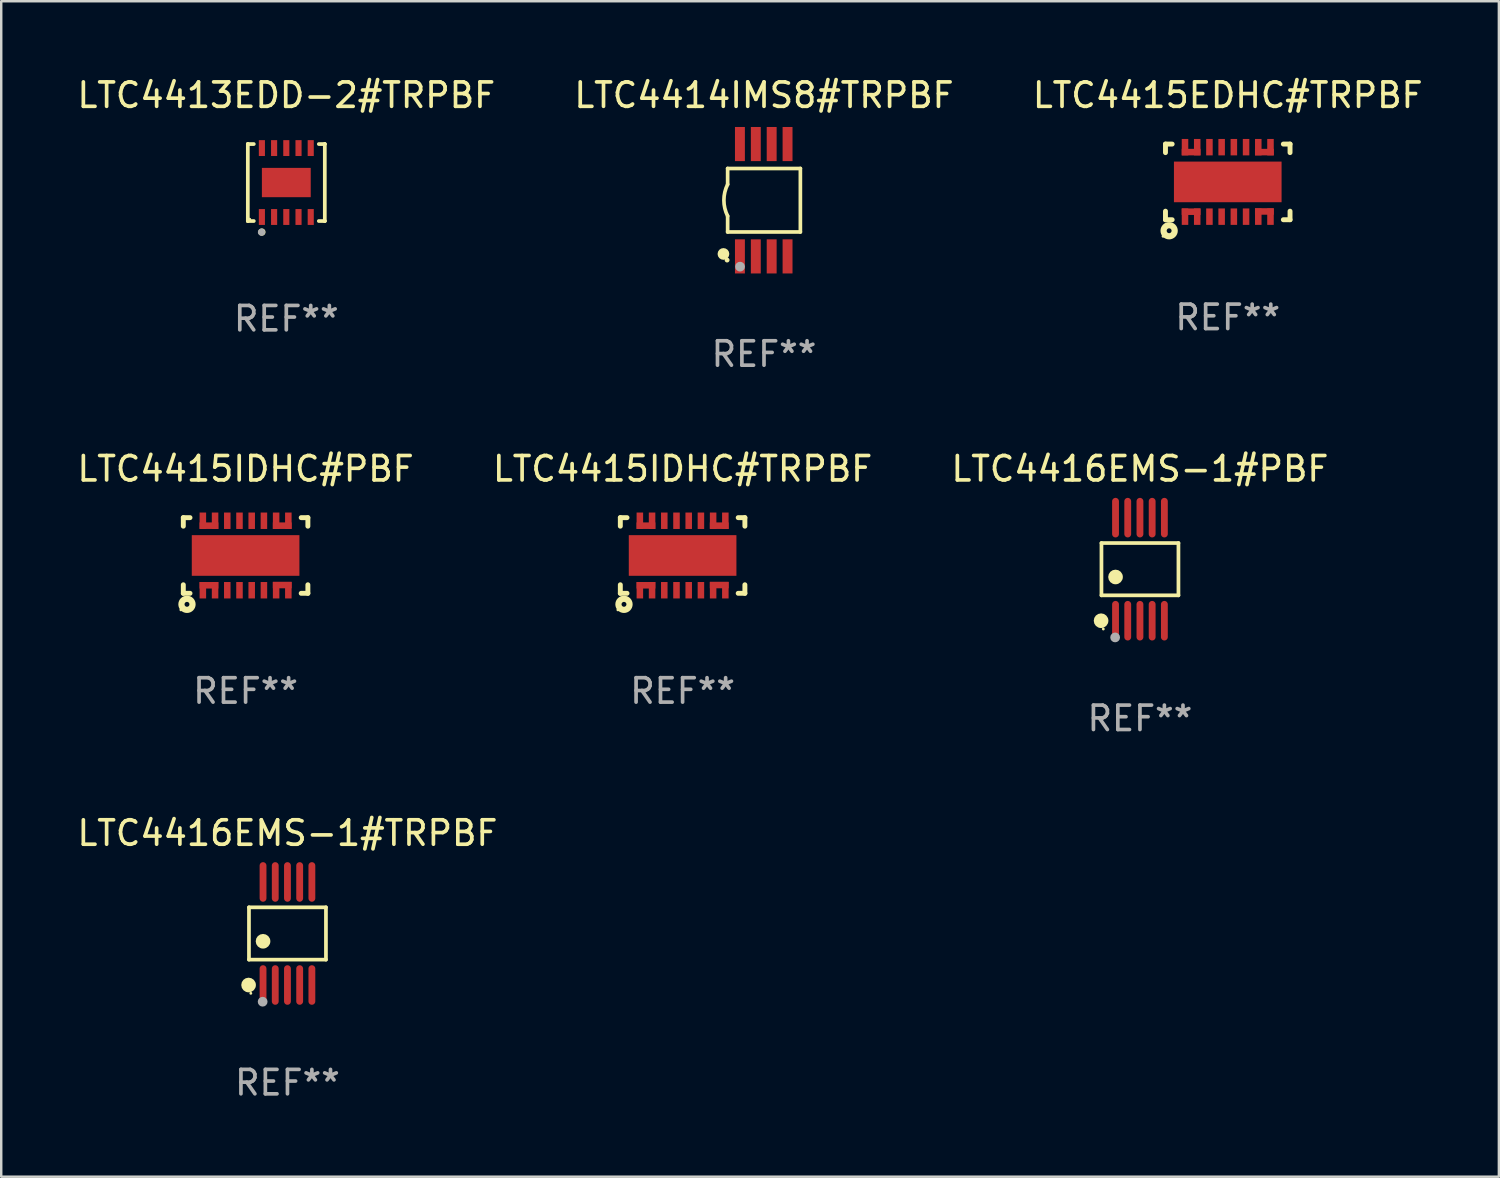
<source format=kicad_pcb>
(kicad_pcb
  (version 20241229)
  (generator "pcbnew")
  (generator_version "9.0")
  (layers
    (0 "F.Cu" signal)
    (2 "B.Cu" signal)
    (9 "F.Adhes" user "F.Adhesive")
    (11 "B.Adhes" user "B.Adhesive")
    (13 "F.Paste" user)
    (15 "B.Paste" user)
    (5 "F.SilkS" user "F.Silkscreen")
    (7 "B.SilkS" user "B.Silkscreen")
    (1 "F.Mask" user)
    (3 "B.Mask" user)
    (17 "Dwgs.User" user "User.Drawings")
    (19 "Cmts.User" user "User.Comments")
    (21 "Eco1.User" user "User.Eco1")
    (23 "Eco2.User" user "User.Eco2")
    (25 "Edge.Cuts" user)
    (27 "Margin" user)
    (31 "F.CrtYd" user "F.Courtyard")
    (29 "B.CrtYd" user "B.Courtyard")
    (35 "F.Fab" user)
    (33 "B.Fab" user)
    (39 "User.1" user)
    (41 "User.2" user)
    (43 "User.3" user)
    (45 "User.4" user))
  (footprint "LTC4415EDHC#TRPBF"
    (layer "F.Cu")
    (at 47.22 4.398)
    (property "Reference" "LTC4415EDHC#TRPBF" (at 0 -3.549 0) (layer "F.SilkS") (effects (font (size 1 1) (thickness 0.15))))
    (attr through_hole)
    (fp_line (start -2.55 -1.549) (end -2.55 -1.199) (stroke (width 0.201) (type solid)) (layer "F.SilkS"))
    (fp_line (start -2.55 1.549) (end -2.55 1.199) (stroke (width 0.201) (type solid)) (layer "F.SilkS"))
    (fp_line (start -2.276 -1.549) (end -2.55 -1.549) (stroke (width 0.201) (type solid)) (layer "F.SilkS"))
    (fp_line (start -2.276 1.549) (end -2.55 1.549) (stroke (width 0.201) (type solid)) (layer "F.SilkS"))
    (fp_line (start 2.276 1.549) (end 2.55 1.549) (stroke (width 0.201) (type solid)) (layer "F.SilkS"))
    (fp_line (start 2.55 -1.549) (end 2.276 -1.549) (stroke (width 0.201) (type solid)) (layer "F.SilkS"))
    (fp_line (start 2.55 -1.199) (end 2.55 -1.549) (stroke (width 0.201) (type solid)) (layer "F.SilkS"))
    (fp_line (start 2.55 1.549) (end 2.55 1.199) (stroke (width 0.201) (type solid)) (layer "F.SilkS"))
    (fp_circle (center -2.65 2.227) (end -2.62 2.227) (stroke (width 0.06) (type solid)) (fill no) (layer "F.SilkS"))
    (fp_circle (center -2.4 2) (end -2.3 2) (stroke (width 0.254) (type solid)) (fill no) (layer "F.SilkS"))
    (fp_text user "REF**" (at 0 5.549 0) (layer "F.Fab") (effects (font (size 1 1) (thickness 0.15))))
    (pad "1" smd rect (at -1.75 1.423 180) (size 0.267 0.673) (layers "F.Cu" "F.Mask" "F.Paste"))
    (pad "1" smd rect (at -1.5 1.22 270) (size 0.267 0.77) (layers "F.Cu" "F.Mask" "F.Paste"))
    (pad "2" smd rect (at -1.25 1.423 180) (size 0.267 0.673) (layers "F.Cu" "F.Mask" "F.Paste"))
    (pad "3" smd rect (at -0.75 1.423 180) (size 0.267 0.673) (layers "F.Cu" "F.Mask" "F.Paste"))
    (pad "4" smd rect (at -0.25 1.423 180) (size 0.267 0.673) (layers "F.Cu" "F.Mask" "F.Paste"))
    (pad "5" smd rect (at 0.25 1.423 180) (size 0.267 0.673) (layers "F.Cu" "F.Mask" "F.Paste"))
    (pad "6" smd rect (at 0.75 1.423 180) (size 0.267 0.673) (layers "F.Cu" "F.Mask" "F.Paste"))
    (pad "7" smd rect (at 1.25 1.423 180) (size 0.267 0.673) (layers "F.Cu" "F.Mask" "F.Paste"))
    (pad "8" smd rect (at 1.5 1.21 270) (size 0.267 0.77) (layers "F.Cu" "F.Mask" "F.Paste"))
    (pad "8" smd rect (at 1.75 1.423 180) (size 0.267 0.673) (layers "F.Cu" "F.Mask" "F.Paste"))
    (pad "9" smd rect (at 1.5 -1.22 270) (size 0.267 0.77) (layers "F.Cu" "F.Mask" "F.Paste"))
    (pad "9" smd rect (at 1.75 -1.422 180) (size 0.267 0.673) (layers "F.Cu" "F.Mask" "F.Paste"))
    (pad "10" smd rect (at 1.25 -1.422 180) (size 0.267 0.673) (layers "F.Cu" "F.Mask" "F.Paste"))
    (pad "11" smd rect (at 0.75 -1.422 180) (size 0.267 0.673) (layers "F.Cu" "F.Mask" "F.Paste"))
    (pad "12" smd rect (at 0.25 -1.422 180) (size 0.267 0.673) (layers "F.Cu" "F.Mask" "F.Paste"))
    (pad "13" smd rect (at -0.25 -1.422 180) (size 0.267 0.673) (layers "F.Cu" "F.Mask" "F.Paste"))
    (pad "14" smd rect (at -0.75 -1.422 180) (size 0.267 0.673) (layers "F.Cu" "F.Mask" "F.Paste"))
    (pad "15" smd rect (at -1.25 -1.422 180) (size 0.267 0.673) (layers "F.Cu" "F.Mask" "F.Paste"))
    (pad "16" smd rect (at -1.75 -1.422 180) (size 0.267 0.673) (layers "F.Cu" "F.Mask" "F.Paste"))
    (pad "16" smd rect (at -1.5 -1.22 270) (size 0.267 0.77) (layers "F.Cu" "F.Mask" "F.Paste"))
    (pad "17" smd rect (at 0.000127 0.000127 180) (size 4.407 1.664) (layers "F.Cu" "F.Mask" "F.Paste")))
  (footprint "LTC4416EMS-1#TRPBF"
    (layer "F.Cu")
    (at 8.72 35.171)
    (property "Reference" "LTC4416EMS-1#TRPBF" (at 0 -4.11 0) (layer "F.SilkS") (effects (font (size 1 1) (thickness 0.15))))
    (attr through_hole)
    (fp_line (start -1.576 -1.071) (end 1.576 -1.071) (stroke (width 0.152) (type solid)) (layer "F.SilkS"))
    (fp_line (start -1.576 1.071) (end -1.576 -1.071) (stroke (width 0.152) (type solid)) (layer "F.SilkS"))
    (fp_line (start 1.576 -1.071) (end 1.576 1.071) (stroke (width 0.152) (type solid)) (layer "F.SilkS"))
    (fp_line (start 1.576 1.071) (end -1.576 1.071) (stroke (width 0.152) (type solid)) (layer "F.SilkS"))
    (fp_circle (center -1.592 2.11) (end -1.442 2.11) (stroke (width 0.3) (type solid)) (fill no) (layer "F.SilkS"))
    (fp_circle (center -1.5 2.45) (end -1.47 2.45) (stroke (width 0.06) (type solid)) (fill no) (layer "F.SilkS"))
    (fp_circle (center -1 0.319) (end -0.85 0.319) (stroke (width 0.3) (type solid)) (fill no) (layer "F.SilkS"))
    (fp_circle (center -1.016 2.794) (end -0.916 2.794) (stroke (width 0.2) (type solid)) (fill no) (layer "F.Fab"))
    (fp_text user "REF**" (at 0 6.11 0) (layer "F.Fab") (effects (font (size 1 1) (thickness 0.15))))
    (pad "1" smd oval (at -1 2.11) (size 0.28 1.62) (layers "F.Cu" "F.Mask" "F.Paste"))
    (pad "2" smd oval (at -0.5 2.11) (size 0.28 1.62) (layers "F.Cu" "F.Mask" "F.Paste"))
    (pad "3" smd oval (at 0 2.11) (size 0.28 1.62) (layers "F.Cu" "F.Mask" "F.Paste"))
    (pad "4" smd oval (at 0.5 2.11) (size 0.28 1.62) (layers "F.Cu" "F.Mask" "F.Paste"))
    (pad "5" smd oval (at 1 2.11) (size 0.28 1.62) (layers "F.Cu" "F.Mask" "F.Paste"))
    (pad "6" smd oval (at 1 -2.11) (size 0.28 1.62) (layers "F.Cu" "F.Mask" "F.Paste"))
    (pad "7" smd oval (at 0.5 -2.11) (size 0.28 1.62) (layers "F.Cu" "F.Mask" "F.Paste"))
    (pad "8" smd oval (at 0 -2.11) (size 0.28 1.62) (layers "F.Cu" "F.Mask" "F.Paste"))
    (pad "9" smd oval (at -0.5 -2.11) (size 0.28 1.62) (layers "F.Cu" "F.Mask" "F.Paste"))
    (pad "10" smd oval (at -1 -2.11) (size 0.28 1.62) (layers "F.Cu" "F.Mask" "F.Paste")))
  (footprint "LTC4415IDHC#TRPBF"
    (layer "F.Cu")
    (at 24.899 19.694)
    (property "Reference" "LTC4415IDHC#TRPBF" (at 0 -3.549 0) (layer "F.SilkS") (effects (font (size 1 1) (thickness 0.15))))
    (attr through_hole)
    (fp_line (start -2.55 -1.549) (end -2.55 -1.199) (stroke (width 0.201) (type solid)) (layer "F.SilkS"))
    (fp_line (start -2.55 1.549) (end -2.55 1.199) (stroke (width 0.201) (type solid)) (layer "F.SilkS"))
    (fp_line (start -2.276 -1.549) (end -2.55 -1.549) (stroke (width 0.201) (type solid)) (layer "F.SilkS"))
    (fp_line (start -2.276 1.549) (end -2.55 1.549) (stroke (width 0.201) (type solid)) (layer "F.SilkS"))
    (fp_line (start 2.276 1.549) (end 2.55 1.549) (stroke (width 0.201) (type solid)) (layer "F.SilkS"))
    (fp_line (start 2.55 -1.549) (end 2.276 -1.549) (stroke (width 0.201) (type solid)) (layer "F.SilkS"))
    (fp_line (start 2.55 -1.199) (end 2.55 -1.549) (stroke (width 0.201) (type solid)) (layer "F.SilkS"))
    (fp_line (start 2.55 1.549) (end 2.55 1.199) (stroke (width 0.201) (type solid)) (layer "F.SilkS"))
    (fp_circle (center -2.65 2.227) (end -2.62 2.227) (stroke (width 0.06) (type solid)) (fill no) (layer "F.SilkS"))
    (fp_circle (center -2.4 2) (end -2.3 2) (stroke (width 0.254) (type solid)) (fill no) (layer "F.SilkS"))
    (fp_text user "REF**" (at 0 5.549 0) (layer "F.Fab") (effects (font (size 1 1) (thickness 0.15))))
    (pad "1" smd rect (at -1.75 1.423 180) (size 0.267 0.673) (layers "F.Cu" "F.Mask" "F.Paste"))
    (pad "1" smd rect (at -1.5 1.22 270) (size 0.267 0.77) (layers "F.Cu" "F.Mask" "F.Paste"))
    (pad "2" smd rect (at -1.25 1.423 180) (size 0.267 0.673) (layers "F.Cu" "F.Mask" "F.Paste"))
    (pad "3" smd rect (at -0.75 1.423 180) (size 0.267 0.673) (layers "F.Cu" "F.Mask" "F.Paste"))
    (pad "4" smd rect (at -0.25 1.423 180) (size 0.267 0.673) (layers "F.Cu" "F.Mask" "F.Paste"))
    (pad "5" smd rect (at 0.25 1.423 180) (size 0.267 0.673) (layers "F.Cu" "F.Mask" "F.Paste"))
    (pad "6" smd rect (at 0.75 1.423 180) (size 0.267 0.673) (layers "F.Cu" "F.Mask" "F.Paste"))
    (pad "7" smd rect (at 1.25 1.423 180) (size 0.267 0.673) (layers "F.Cu" "F.Mask" "F.Paste"))
    (pad "8" smd rect (at 1.5 1.21 270) (size 0.267 0.77) (layers "F.Cu" "F.Mask" "F.Paste"))
    (pad "8" smd rect (at 1.75 1.423 180) (size 0.267 0.673) (layers "F.Cu" "F.Mask" "F.Paste"))
    (pad "9" smd rect (at 1.5 -1.22 270) (size 0.267 0.77) (layers "F.Cu" "F.Mask" "F.Paste"))
    (pad "9" smd rect (at 1.75 -1.422 180) (size 0.267 0.673) (layers "F.Cu" "F.Mask" "F.Paste"))
    (pad "10" smd rect (at 1.25 -1.422 180) (size 0.267 0.673) (layers "F.Cu" "F.Mask" "F.Paste"))
    (pad "11" smd rect (at 0.75 -1.422 180) (size 0.267 0.673) (layers "F.Cu" "F.Mask" "F.Paste"))
    (pad "12" smd rect (at 0.25 -1.422 180) (size 0.267 0.673) (layers "F.Cu" "F.Mask" "F.Paste"))
    (pad "13" smd rect (at -0.25 -1.422 180) (size 0.267 0.673) (layers "F.Cu" "F.Mask" "F.Paste"))
    (pad "14" smd rect (at -0.75 -1.422 180) (size 0.267 0.673) (layers "F.Cu" "F.Mask" "F.Paste"))
    (pad "15" smd rect (at -1.25 -1.422 180) (size 0.267 0.673) (layers "F.Cu" "F.Mask" "F.Paste"))
    (pad "16" smd rect (at -1.75 -1.422 180) (size 0.267 0.673) (layers "F.Cu" "F.Mask" "F.Paste"))
    (pad "16" smd rect (at -1.5 -1.22 270) (size 0.267 0.77) (layers "F.Cu" "F.Mask" "F.Paste"))
    (pad "17" smd rect (at 0.000127 0.000127 180) (size 4.407 1.664) (layers "F.Cu" "F.Mask" "F.Paste")))
  (footprint "LTC4415IDHC#PBF"
    (layer "F.Cu")
    (at 7.006 19.694)
    (property "Reference" "LTC4415IDHC#PBF" (at 0 -3.549 0) (layer "F.SilkS") (effects (font (size 1 1) (thickness 0.15))))
    (attr through_hole)
    (fp_line (start -2.55 -1.549) (end -2.55 -1.199) (stroke (width 0.201) (type solid)) (layer "F.SilkS"))
    (fp_line (start -2.55 1.549) (end -2.55 1.199) (stroke (width 0.201) (type solid)) (layer "F.SilkS"))
    (fp_line (start -2.276 -1.549) (end -2.55 -1.549) (stroke (width 0.201) (type solid)) (layer "F.SilkS"))
    (fp_line (start -2.276 1.549) (end -2.55 1.549) (stroke (width 0.201) (type solid)) (layer "F.SilkS"))
    (fp_line (start 2.276 1.549) (end 2.55 1.549) (stroke (width 0.201) (type solid)) (layer "F.SilkS"))
    (fp_line (start 2.55 -1.549) (end 2.276 -1.549) (stroke (width 0.201) (type solid)) (layer "F.SilkS"))
    (fp_line (start 2.55 -1.199) (end 2.55 -1.549) (stroke (width 0.201) (type solid)) (layer "F.SilkS"))
    (fp_line (start 2.55 1.549) (end 2.55 1.199) (stroke (width 0.201) (type solid)) (layer "F.SilkS"))
    (fp_circle (center -2.65 2.227) (end -2.62 2.227) (stroke (width 0.06) (type solid)) (fill no) (layer "F.SilkS"))
    (fp_circle (center -2.4 2) (end -2.3 2) (stroke (width 0.254) (type solid)) (fill no) (layer "F.SilkS"))
    (fp_text user "REF**" (at 0 5.549 0) (layer "F.Fab") (effects (font (size 1 1) (thickness 0.15))))
    (pad "1" smd rect (at -1.75 1.423 180) (size 0.267 0.673) (layers "F.Cu" "F.Mask" "F.Paste"))
    (pad "1" smd rect (at -1.5 1.22 270) (size 0.267 0.77) (layers "F.Cu" "F.Mask" "F.Paste"))
    (pad "2" smd rect (at -1.25 1.423 180) (size 0.267 0.673) (layers "F.Cu" "F.Mask" "F.Paste"))
    (pad "3" smd rect (at -0.75 1.423 180) (size 0.267 0.673) (layers "F.Cu" "F.Mask" "F.Paste"))
    (pad "4" smd rect (at -0.25 1.423 180) (size 0.267 0.673) (layers "F.Cu" "F.Mask" "F.Paste"))
    (pad "5" smd rect (at 0.25 1.423 180) (size 0.267 0.673) (layers "F.Cu" "F.Mask" "F.Paste"))
    (pad "6" smd rect (at 0.75 1.423 180) (size 0.267 0.673) (layers "F.Cu" "F.Mask" "F.Paste"))
    (pad "7" smd rect (at 1.25 1.423 180) (size 0.267 0.673) (layers "F.Cu" "F.Mask" "F.Paste"))
    (pad "8" smd rect (at 1.5 1.21 270) (size 0.267 0.77) (layers "F.Cu" "F.Mask" "F.Paste"))
    (pad "8" smd rect (at 1.75 1.423 180) (size 0.267 0.673) (layers "F.Cu" "F.Mask" "F.Paste"))
    (pad "9" smd rect (at 1.5 -1.22 270) (size 0.267 0.77) (layers "F.Cu" "F.Mask" "F.Paste"))
    (pad "9" smd rect (at 1.75 -1.422 180) (size 0.267 0.673) (layers "F.Cu" "F.Mask" "F.Paste"))
    (pad "10" smd rect (at 1.25 -1.422 180) (size 0.267 0.673) (layers "F.Cu" "F.Mask" "F.Paste"))
    (pad "11" smd rect (at 0.75 -1.422 180) (size 0.267 0.673) (layers "F.Cu" "F.Mask" "F.Paste"))
    (pad "12" smd rect (at 0.25 -1.422 180) (size 0.267 0.673) (layers "F.Cu" "F.Mask" "F.Paste"))
    (pad "13" smd rect (at -0.25 -1.422 180) (size 0.267 0.673) (layers "F.Cu" "F.Mask" "F.Paste"))
    (pad "14" smd rect (at -0.75 -1.422 180) (size 0.267 0.673) (layers "F.Cu" "F.Mask" "F.Paste"))
    (pad "15" smd rect (at -1.25 -1.422 180) (size 0.267 0.673) (layers "F.Cu" "F.Mask" "F.Paste"))
    (pad "16" smd rect (at -1.75 -1.422 180) (size 0.267 0.673) (layers "F.Cu" "F.Mask" "F.Paste"))
    (pad "16" smd rect (at -1.5 -1.22 270) (size 0.267 0.77) (layers "F.Cu" "F.Mask" "F.Paste"))
    (pad "17" smd rect (at 0.000127 0.000127 180) (size 4.407 1.664) (layers "F.Cu" "F.Mask" "F.Paste")))
  (footprint "LTC4413EDD-2#TRPBF"
    (layer "F.Cu")
    (at 8.673 4.424)
    (property "Reference" "LTC4413EDD-2#TRPBF" (at 0 -3.576 0) (layer "F.SilkS") (effects (font (size 1 1) (thickness 0.15))))
    (attr through_hole)
    (fp_line (start -1.576 -1.576) (end -1.576 -1.576) (stroke (width 0.152) (type solid)) (layer "F.SilkS"))
    (fp_line (start -1.576 -1.576) (end -1.331 -1.576) (stroke (width 0.152) (type solid)) (layer "F.SilkS"))
    (fp_line (start -1.576 1.576) (end -1.576 -1.576) (stroke (width 0.152) (type solid)) (layer "F.SilkS"))
    (fp_line (start -1.576 1.576) (end -1.576 1.576) (stroke (width 0.152) (type solid)) (layer "F.SilkS"))
    (fp_line (start -1.331 1.576) (end -1.576 1.576) (stroke (width 0.152) (type solid)) (layer "F.SilkS"))
    (fp_line (start 1.331 1.576) (end 1.576 1.576) (stroke (width 0.152) (type solid)) (layer "F.SilkS"))
    (fp_line (start 1.576 -1.576) (end 1.331 -1.576) (stroke (width 0.152) (type solid)) (layer "F.SilkS"))
    (fp_line (start 1.576 -1.576) (end 1.576 -1.576) (stroke (width 0.152) (type solid)) (layer "F.SilkS"))
    (fp_line (start 1.576 1.576) (end 1.576 -1.576) (stroke (width 0.152) (type solid)) (layer "F.SilkS"))
    (fp_line (start 1.576 1.576) (end 1.576 1.576) (stroke (width 0.152) (type solid)) (layer "F.SilkS"))
    (fp_circle (center -1.5 1.5) (end -1.47 1.5) (stroke (width 0.06) (type solid)) (fill no) (layer "F.SilkS"))
    (fp_circle (center -1 2.028) (end -0.925 2.028) (stroke (width 0.15) (type solid)) (fill no) (layer "F.SilkS"))
    (fp_circle (center -1.016 2.032) (end -0.941 2.032) (stroke (width 0.15) (type solid)) (fill no) (layer "F.Fab"))
    (fp_text user "REF**" (at 0 5.576 0) (layer "F.Fab") (effects (font (size 1 1) (thickness 0.15))))
    (pad "1" smd rect (at -1 1.411) (size 0.25 0.65) (layers "F.Cu" "F.Mask" "F.Paste"))
    (pad "2" smd rect (at -0.5 1.411) (size 0.25 0.65) (layers "F.Cu" "F.Mask" "F.Paste"))
    (pad "3" smd rect (at 0 1.411) (size 0.25 0.65) (layers "F.Cu" "F.Mask" "F.Paste"))
    (pad "4" smd rect (at 0.5 1.411) (size 0.25 0.65) (layers "F.Cu" "F.Mask" "F.Paste"))
    (pad "5" smd rect (at 1 1.411) (size 0.25 0.65) (layers "F.Cu" "F.Mask" "F.Paste"))
    (pad "6" smd rect (at 1 -1.411) (size 0.25 0.65) (layers "F.Cu" "F.Mask" "F.Paste"))
    (pad "7" smd rect (at 0.5 -1.411) (size 0.25 0.65) (layers "F.Cu" "F.Mask" "F.Paste"))
    (pad "8" smd rect (at 0 -1.411) (size 0.25 0.65) (layers "F.Cu" "F.Mask" "F.Paste"))
    (pad "9" smd rect (at -0.5 -1.411) (size 0.25 0.65) (layers "F.Cu" "F.Mask" "F.Paste"))
    (pad "10" smd rect (at -1 -1.411) (size 0.25 0.65) (layers "F.Cu" "F.Mask" "F.Paste"))
    (pad "11" smd rect (at 0 0) (size 2 1.2) (layers "F.Cu" "F.Mask" "F.Paste")))
  (footprint "LTC4416EMS-1#PBF"
    (layer "F.Cu")
    (at 43.625 20.255)
    (property "Reference" "LTC4416EMS-1#PBF" (at 0 -4.11 0) (layer "F.SilkS") (effects (font (size 1 1) (thickness 0.15))))
    (attr through_hole)
    (fp_line (start -1.576 -1.071) (end 1.576 -1.071) (stroke (width 0.152) (type solid)) (layer "F.SilkS"))
    (fp_line (start -1.576 1.071) (end -1.576 -1.071) (stroke (width 0.152) (type solid)) (layer "F.SilkS"))
    (fp_line (start 1.576 -1.071) (end 1.576 1.071) (stroke (width 0.152) (type solid)) (layer "F.SilkS"))
    (fp_line (start 1.576 1.071) (end -1.576 1.071) (stroke (width 0.152) (type solid)) (layer "F.SilkS"))
    (fp_circle (center -1.592 2.11) (end -1.442 2.11) (stroke (width 0.3) (type solid)) (fill no) (layer "F.SilkS"))
    (fp_circle (center -1.5 2.45) (end -1.47 2.45) (stroke (width 0.06) (type solid)) (fill no) (layer "F.SilkS"))
    (fp_circle (center -1 0.319) (end -0.85 0.319) (stroke (width 0.3) (type solid)) (fill no) (layer "F.SilkS"))
    (fp_circle (center -1.016 2.794) (end -0.916 2.794) (stroke (width 0.2) (type solid)) (fill no) (layer "F.Fab"))
    (fp_text user "REF**" (at 0 6.11 0) (layer "F.Fab") (effects (font (size 1 1) (thickness 0.15))))
    (pad "1" smd oval (at -1 2.11) (size 0.28 1.62) (layers "F.Cu" "F.Mask" "F.Paste"))
    (pad "2" smd oval (at -0.5 2.11) (size 0.28 1.62) (layers "F.Cu" "F.Mask" "F.Paste"))
    (pad "3" smd oval (at 0 2.11) (size 0.28 1.62) (layers "F.Cu" "F.Mask" "F.Paste"))
    (pad "4" smd oval (at 0.5 2.11) (size 0.28 1.62) (layers "F.Cu" "F.Mask" "F.Paste"))
    (pad "5" smd oval (at 1 2.11) (size 0.28 1.62) (layers "F.Cu" "F.Mask" "F.Paste"))
    (pad "6" smd oval (at 1 -2.11) (size 0.28 1.62) (layers "F.Cu" "F.Mask" "F.Paste"))
    (pad "7" smd oval (at 0.5 -2.11) (size 0.28 1.62) (layers "F.Cu" "F.Mask" "F.Paste"))
    (pad "8" smd oval (at 0 -2.11) (size 0.28 1.62) (layers "F.Cu" "F.Mask" "F.Paste"))
    (pad "9" smd oval (at -0.5 -2.11) (size 0.28 1.62) (layers "F.Cu" "F.Mask" "F.Paste"))
    (pad "10" smd oval (at -1 -2.11) (size 0.28 1.62) (layers "F.Cu" "F.Mask" "F.Paste")))
  (footprint "LTC4414IMS8#TRPBF"
    (layer "F.Cu")
    (at 28.232 5.148)
    (property "Reference" "LTC4414IMS8#TRPBF" (at 0 -4.3 0) (layer "F.SilkS") (effects (font (size 1 1) (thickness 0.15))))
    (attr through_hole)
    (fp_line (start -1.489 -1.3) (end -1.489 -0.648) (stroke (width 0.15) (type solid)) (layer "F.SilkS"))
    (fp_line (start -1.489 0.648) (end -1.489 1.3) (stroke (width 0.15) (type solid)) (layer "F.SilkS"))
    (fp_line (start -1.489 1.3) (end 1.489 1.3) (stroke (width 0.15) (type solid)) (layer "F.SilkS"))
    (fp_line (start 1.489 -1.3) (end -1.489 -1.3) (stroke (width 0.15) (type solid)) (layer "F.SilkS"))
    (fp_line (start 1.489 1.3) (end 1.489 -1.3) (stroke (width 0.15) (type solid)) (layer "F.SilkS"))
    (fp_arc (start -1.489205 0.647702) (mid -1.642107 0) (end -1.489205 -0.647701) (stroke (width 0.150013) (type solid)) (layer "F.SilkS"))
    (fp_circle (center -1.661 2.2) (end -1.541 2.2) (stroke (width 0.24) (type solid)) (fill no) (layer "F.SilkS"))
    (fp_circle (center -1.511 2.45) (end -1.461 2.45) (stroke (width 0.1) (type solid)) (fill no) (layer "F.SilkS"))
    (fp_circle (center -0.981 2.72) (end -0.881 2.72) (stroke (width 0.2) (type solid)) (fill no) (layer "F.Fab"))
    (fp_text user "REF**" (at 0 6.3 0) (layer "F.Fab") (effects (font (size 1 1) (thickness 0.15))))
    (pad "1" smd rect (at -0.986 2.3) (size 0.406 1.397) (layers "F.Cu" "F.Mask" "F.Paste"))
    (pad "2" smd rect (at -0.336 2.3) (size 0.406 1.397) (layers "F.Cu" "F.Mask" "F.Paste"))
    (pad "3" smd rect (at 0.314 2.3) (size 0.406 1.397) (layers "F.Cu" "F.Mask" "F.Paste"))
    (pad "4" smd rect (at 0.964 2.3) (size 0.406 1.397) (layers "F.Cu" "F.Mask" "F.Paste"))
    (pad "5" smd rect (at 0.964 -2.3) (size 0.406 1.397) (layers "F.Cu" "F.Mask" "F.Paste"))
    (pad "6" smd rect (at 0.314 -2.3) (size 0.406 1.397) (layers "F.Cu" "F.Mask" "F.Paste"))
    (pad "7" smd rect (at -0.336 -2.3) (size 0.406 1.397) (layers "F.Cu" "F.Mask" "F.Paste"))
    (pad "8" smd rect (at -0.986 -2.3) (size 0.406 1.397) (layers "F.Cu" "F.Mask" "F.Paste")))
  (gr_rect
    (start -3 -3)
    (end 58.321 45.129)
    (stroke (width 0.1) (type default))
    (fill no)
    (layer "Edge.Cuts")))
</source>
